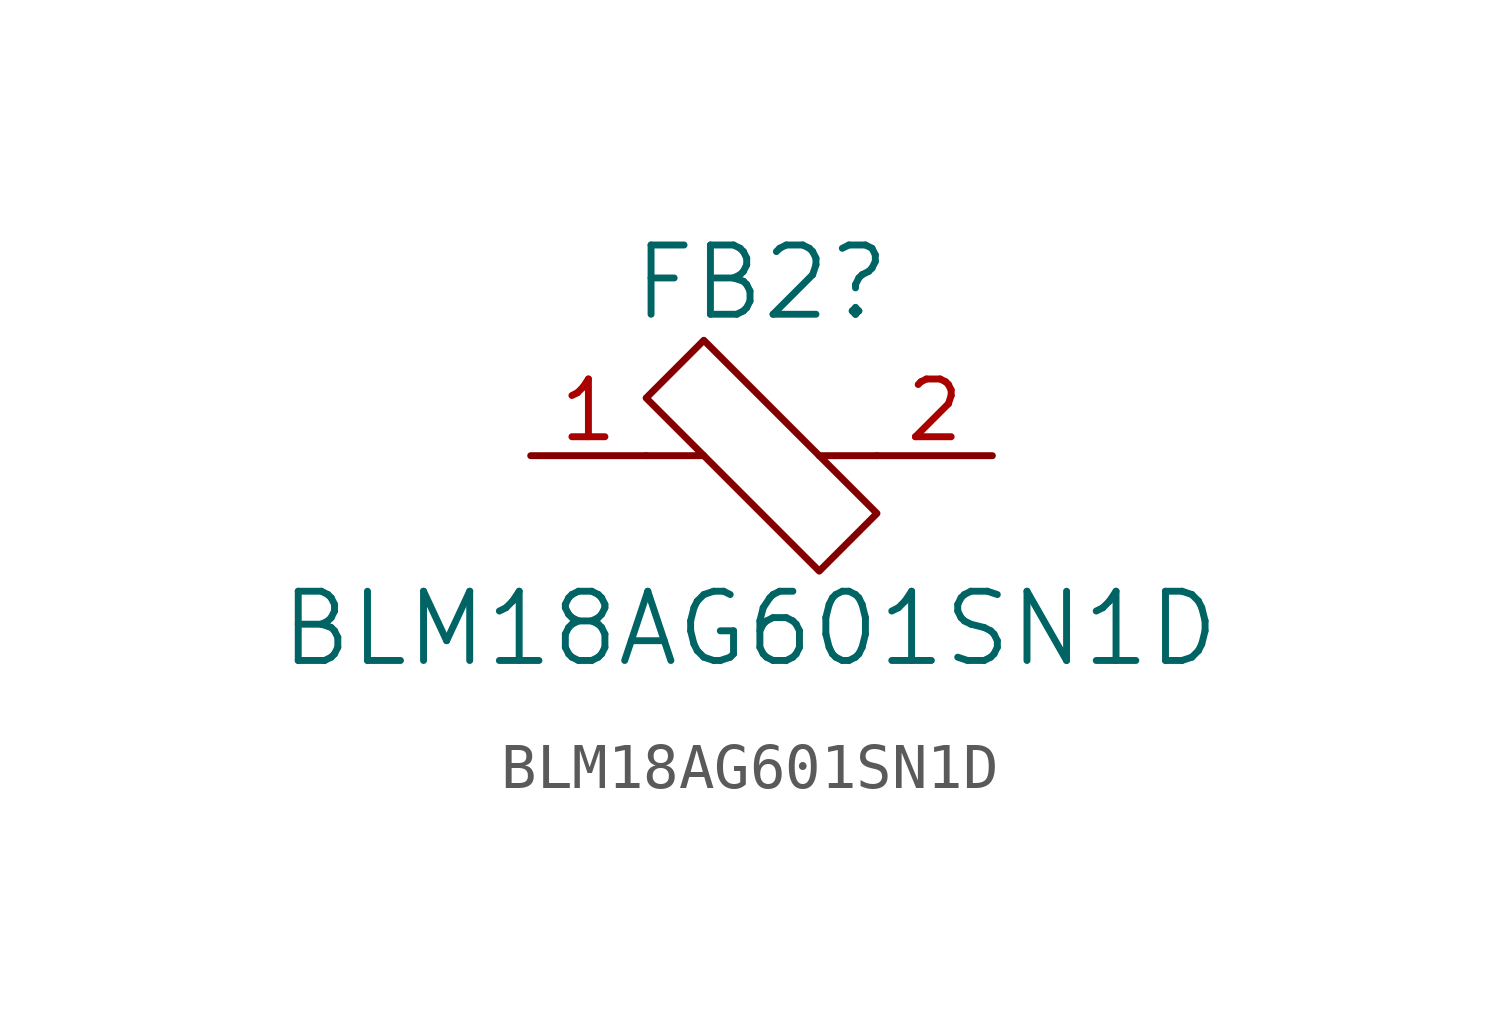
<source format=kicad_sym>
(kicad_symbol_lib
  (version 20241209)
  (generator "kicad_symbol_editor")
  (generator_version "9.0")
  (symbol "BLM18AG601SN1D"
    (pin_names
      (offset 1.016))
    (property "Reference" "FB2"
      (at 0 3.81 0)
      (effects (font (size 1.524 1.524))))
    (property "Value" "BLM18AG601SN1D"
      (at -0.254 -3.81 0)
      (effects (font (size 1.524 1.524))))
    (symbol "BLM18AG601SN1D_0_1"
      (polyline (pts (xy -1.27 0) (xy -2.54 0)) (stroke (width 0) (type solid)) (fill (type none)))
      (polyline (pts (xy 1.27 0) (xy 2.54 0)) (stroke (width 0) (type solid)) (fill (type none))))
    (symbol "BLM18AG601SN1D_1_1"
      (polyline (pts (xy -1.27 2.54) (xy -2.54 1.27) (xy 1.27 -2.54) (xy 2.54 -1.27) (xy -1.27 2.54)) (stroke (width 0) (type solid)) (fill (type color) (color 255 255 255 1)))
      (pin passive line (at -5.08 0 0) (length 2.54) (name "~" (effects (font (size 1.27 1.27)))) (number "1" (effects (font (size 1.27 1.27)))))
      (pin passive line (at 5.08 0 180) (length 2.54) (name "~" (effects (font (size 1.27 1.27)))) (number "2" (effects (font (size 1.27 1.27))))))))
</source>
